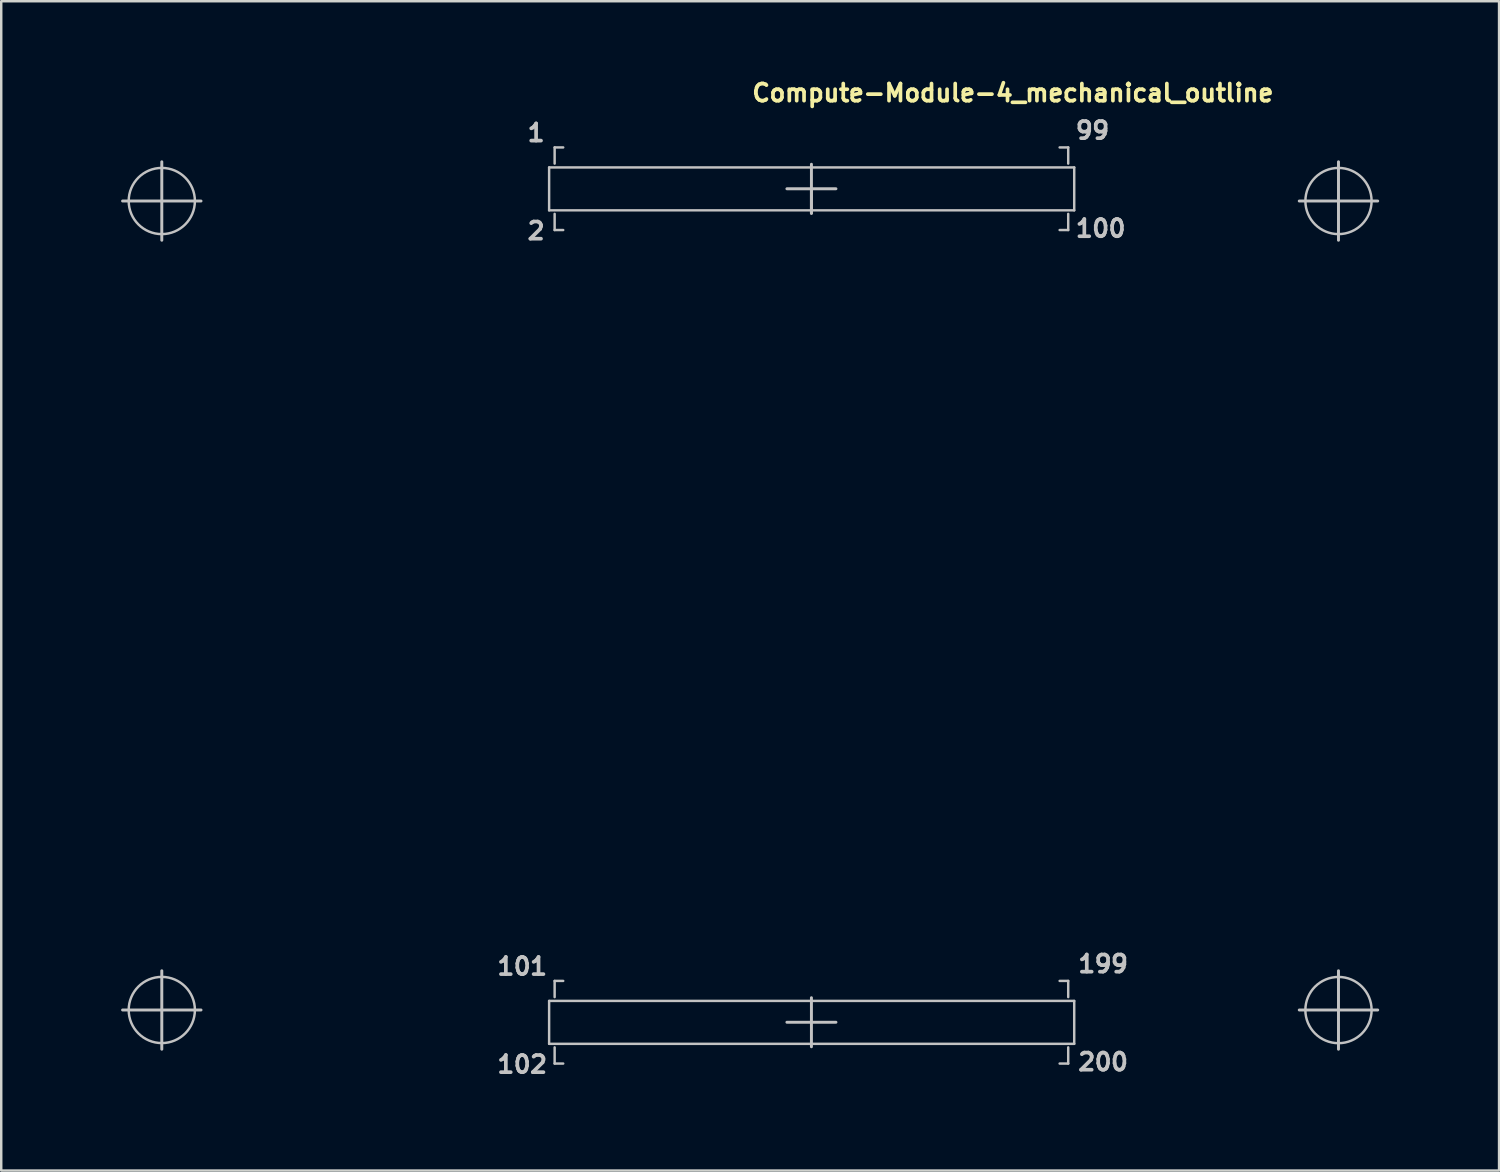
<source format=kicad_pcb>
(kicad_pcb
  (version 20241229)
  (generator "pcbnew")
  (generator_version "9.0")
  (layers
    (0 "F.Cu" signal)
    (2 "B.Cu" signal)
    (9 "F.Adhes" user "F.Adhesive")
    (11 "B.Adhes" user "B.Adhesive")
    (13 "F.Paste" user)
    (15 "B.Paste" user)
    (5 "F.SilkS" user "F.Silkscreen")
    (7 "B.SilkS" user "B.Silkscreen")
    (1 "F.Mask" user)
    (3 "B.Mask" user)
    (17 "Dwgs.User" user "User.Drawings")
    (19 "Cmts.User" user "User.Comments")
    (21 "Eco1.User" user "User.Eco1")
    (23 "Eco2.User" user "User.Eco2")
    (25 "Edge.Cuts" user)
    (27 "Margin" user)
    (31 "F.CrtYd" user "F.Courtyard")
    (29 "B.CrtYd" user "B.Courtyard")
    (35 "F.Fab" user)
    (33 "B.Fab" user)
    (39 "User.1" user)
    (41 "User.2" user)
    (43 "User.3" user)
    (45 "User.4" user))
  (footprint "Compute-Module-4_mechanical_outline"
    (layer "F.Cu")
    (at 27.55 21.65)
    (property "Reference" "Compute-Module-4_mechanical_outline" (at 0 -20.5 0) (layer "F.SilkS") (effects (font (size 0.7 0.7) (thickness 0.15)) (justify left bottom)))
    (attr smd)
    (fp_line (start -24 -16.5) (end -25.6 -16.5) (stroke (width 0.12) (type solid)) (layer "Dwgs.User"))
    (fp_line (start -24 -16.5) (end -24 -18.1) (stroke (width 0.12) (type solid)) (layer "Dwgs.User"))
    (fp_line (start -24 -16.5) (end -24 -14.9) (stroke (width 0.12) (type solid)) (layer "Dwgs.User"))
    (fp_line (start -24 -16.5) (end -22.4 -16.5) (stroke (width 0.12) (type solid)) (layer "Dwgs.User"))
    (fp_line (start -24 16.5) (end -25.6 16.5) (stroke (width 0.12) (type solid)) (layer "Dwgs.User"))
    (fp_line (start -24 16.5) (end -24 14.9) (stroke (width 0.12) (type solid)) (layer "Dwgs.User"))
    (fp_line (start -24 16.5) (end -24 18.1) (stroke (width 0.12) (type solid)) (layer "Dwgs.User"))
    (fp_line (start -24 16.5) (end -22.4 16.5) (stroke (width 0.12) (type solid)) (layer "Dwgs.User"))
    (fp_line (start -8.2 -17.87) (end 13.22 -17.87) (stroke (width 0.1) (type solid)) (layer "Dwgs.User"))
    (fp_line (start -8.2 -16.12) (end -8.2 -17.87) (stroke (width 0.1) (type solid)) (layer "Dwgs.User"))
    (fp_line (start -8.2 16.13) (end 13.22 16.13) (stroke (width 0.1) (type solid)) (layer "Dwgs.User"))
    (fp_line (start -8.2 17.88) (end -8.2 16.13) (stroke (width 0.1) (type solid)) (layer "Dwgs.User"))
    (fp_line (start -7.975 -18.686) (end -7.625 -18.686) (stroke (width 0.1) (type solid)) (layer "Dwgs.User"))
    (fp_line (start -7.975 -18.026) (end -7.975 -18.686) (stroke (width 0.1) (type solid)) (layer "Dwgs.User"))
    (fp_line (start -7.975 -15.976) (end -7.975 -15.316) (stroke (width 0.1) (type solid)) (layer "Dwgs.User"))
    (fp_line (start -7.975 -15.316) (end -7.625 -15.316) (stroke (width 0.1) (type solid)) (layer "Dwgs.User"))
    (fp_line (start -7.975 15.314) (end -7.975 15.975) (stroke (width 0.1) (type solid)) (layer "Dwgs.User"))
    (fp_line (start -7.975 15.314) (end -7.625 15.314) (stroke (width 0.1) (type solid)) (layer "Dwgs.User"))
    (fp_line (start -7.975 18.024) (end -7.975 18.685) (stroke (width 0.1) (type solid)) (layer "Dwgs.User"))
    (fp_line (start -7.975 18.685) (end -7.625 18.685) (stroke (width 0.1) (type solid)) (layer "Dwgs.User"))
    (fp_line (start 2.5 -17) (end 1.5 -17) (stroke (width 0.12) (type solid)) (layer "Dwgs.User"))
    (fp_line (start 2.5 -17) (end 2.5 -16) (stroke (width 0.12) (type solid)) (layer "Dwgs.User"))
    (fp_line (start 2.5 -17) (end 3.5 -17) (stroke (width 0.12) (type solid)) (layer "Dwgs.User"))
    (fp_line (start 2.5 -16) (end 2.5 -18) (stroke (width 0.12) (type solid)) (layer "Dwgs.User"))
    (fp_line (start 2.5 17) (end 1.5 17) (stroke (width 0.12) (type solid)) (layer "Dwgs.User"))
    (fp_line (start 2.5 17) (end 3.5 17) (stroke (width 0.12) (type solid)) (layer "Dwgs.User"))
    (fp_line (start 2.5 18) (end 2.5 16) (stroke (width 0.12) (type solid)) (layer "Dwgs.User"))
    (fp_line (start 12.625 -15.316) (end 12.975 -15.316) (stroke (width 0.1) (type solid)) (layer "Dwgs.User"))
    (fp_line (start 12.975 -18.686) (end 12.625 -18.686) (stroke (width 0.1) (type solid)) (layer "Dwgs.User"))
    (fp_line (start 12.975 -18.026) (end 12.975 -18.686) (stroke (width 0.1) (type solid)) (layer "Dwgs.User"))
    (fp_line (start 12.975 -15.316) (end 12.975 -15.976) (stroke (width 0.1) (type solid)) (layer "Dwgs.User"))
    (fp_line (start 12.975 15.314) (end 12.625 15.314) (stroke (width 0.1) (type solid)) (layer "Dwgs.User"))
    (fp_line (start 12.975 15.975) (end 12.975 15.314) (stroke (width 0.1) (type solid)) (layer "Dwgs.User"))
    (fp_line (start 12.975 18.685) (end 12.625 18.685) (stroke (width 0.1) (type solid)) (layer "Dwgs.User"))
    (fp_line (start 12.975 18.685) (end 12.975 18.024) (stroke (width 0.1) (type solid)) (layer "Dwgs.User"))
    (fp_line (start 13.22 -17.87) (end 13.22 -16.12) (stroke (width 0.1) (type solid)) (layer "Dwgs.User"))
    (fp_line (start 13.22 -16.12) (end -8.2 -16.12) (stroke (width 0.1) (type solid)) (layer "Dwgs.User"))
    (fp_line (start 13.22 16.13) (end 13.22 17.88) (stroke (width 0.1) (type solid)) (layer "Dwgs.User"))
    (fp_line (start 13.22 17.88) (end -8.2 17.88) (stroke (width 0.1) (type solid)) (layer "Dwgs.User"))
    (fp_line (start 24 -16.5) (end 22.4 -16.5) (stroke (width 0.12) (type solid)) (layer "Dwgs.User"))
    (fp_line (start 24 -16.5) (end 24 -18.1) (stroke (width 0.12) (type solid)) (layer "Dwgs.User"))
    (fp_line (start 24 -16.5) (end 24 -14.9) (stroke (width 0.12) (type solid)) (layer "Dwgs.User"))
    (fp_line (start 24 -16.5) (end 25.6 -16.5) (stroke (width 0.12) (type solid)) (layer "Dwgs.User"))
    (fp_line (start 24 16.5) (end 22.4 16.5) (stroke (width 0.12) (type solid)) (layer "Dwgs.User"))
    (fp_line (start 24 16.5) (end 24 14.9) (stroke (width 0.12) (type solid)) (layer "Dwgs.User"))
    (fp_line (start 24 16.5) (end 24 18.1) (stroke (width 0.12) (type solid)) (layer "Dwgs.User"))
    (fp_line (start 24 16.5) (end 25.6 16.5) (stroke (width 0.12) (type solid)) (layer "Dwgs.User"))
    (fp_circle (center -24 -16.5) (end -22.65 -16.5) (stroke (width 0.1) (type solid)) (fill no) (layer "Dwgs.User"))
    (fp_circle (center -24 16.5) (end -22.65 16.5) (stroke (width 0.1) (type solid)) (fill no) (layer "Dwgs.User"))
    (fp_circle (center 24 -16.5) (end 25.35 -16.5) (stroke (width 0.1) (type solid)) (fill no) (layer "Dwgs.User"))
    (fp_circle (center 24 16.503) (end 25.351 16.503) (stroke (width 0.1) (type solid)) (fill no) (layer "Dwgs.User"))
    (fp_rect (start -27.5 -20) (end 27.5 20) (stroke (width 0.1) (type solid)) (fill no) (layer "User.5"))
    (fp_line (start -27.5 -16.5) (end -27.529 16.5) (stroke (width 0.02) (type solid)) (layer "User.9"))
    (fp_line (start -24 -20) (end 24 -20) (stroke (width 0.02) (type solid)) (layer "User.9"))
    (fp_line (start -24 20) (end 24 20) (stroke (width 0.02) (type solid)) (layer "User.9"))
    (fp_line (start 27.5 -16.5) (end 27.5 16.5) (stroke (width 0.02) (type solid)) (layer "User.9"))
    (fp_arc (start -27.5 -16.5) (mid -26.477999 -18.977999) (end -24 -20) (stroke (width 0.02) (type solid)) (layer "User.9"))
    (fp_arc (start -24 20) (mid -26.489692 18.981275) (end -27.529013 16.500111) (stroke (width 0.02) (type solid)) (layer "User.9"))
    (fp_arc (start 24 -20) (mid 26.475 -18.975) (end 27.5 -16.5) (stroke (width 0.02) (type solid)) (layer "User.9"))
    (fp_arc (start 27.5 16.5) (mid 26.473999 18.973999) (end 24 20) (stroke (width 0.02) (type solid)) (layer "User.9"))
    (fp_circle (center -24 -16.5) (end -22.75 -16.5) (stroke (width 0.02) (type solid)) (fill no) (layer "User.9"))
    (fp_circle (center -24 16.5) (end -22.75 16.5) (stroke (width 0.02) (type solid)) (fill no) (layer "User.9"))
    (fp_circle (center 24 -16.5) (end 25.25 -16.5) (stroke (width 0.02) (type solid)) (fill no) (layer "User.9"))
    (fp_circle (center 24 16.5) (end 25.25 16.5) (stroke (width 0.02) (type solid)) (fill no) (layer "User.9"))
    (fp_text user "101" (at -8.2 15.13 0) (layer "Dwgs.User") (effects (font (size 0.7 0.7) (thickness 0.15)) (justify right bottom)))
    (fp_text user "200" (at 13.3 19.03 0) (layer "Dwgs.User") (effects (font (size 0.7 0.7) (thickness 0.15)) (justify left bottom)))
    (fp_text user "1" (at -8.299 -18.871 0) (layer "Dwgs.User") (effects (font (size 0.7 0.7) (thickness 0.15)) (justify right bottom)))
    (fp_text user "199" (at 13.3 15.03 0) (layer "Dwgs.User") (effects (font (size 0.7 0.7) (thickness 0.15)) (justify left bottom)))
    (fp_text user "100" (at 13.2 -14.971 0) (layer "Dwgs.User") (effects (font (size 0.7 0.7) (thickness 0.15)) (justify left bottom)))
    (fp_text user "102" (at -8.2 19.13 0) (layer "Dwgs.User") (effects (font (size 0.7 0.7) (thickness 0.15)) (justify right bottom)))
    (fp_text user "99" (at 13.2 -18.97 0) (layer "Dwgs.User") (effects (font (size 0.7 0.7) (thickness 0.15)) (justify left bottom)))
    (fp_text user "2" (at -8.299 -14.87 0) (layer "Dwgs.User") (effects (font (size 0.7 0.7) (thickness 0.15)) (justify right bottom))))
  (gr_rect
    (start -3 -3)
    (end 58.1 44.7)
    (stroke (width 0.1) (type default))
    (fill no)
    (layer "Edge.Cuts")))
</source>
